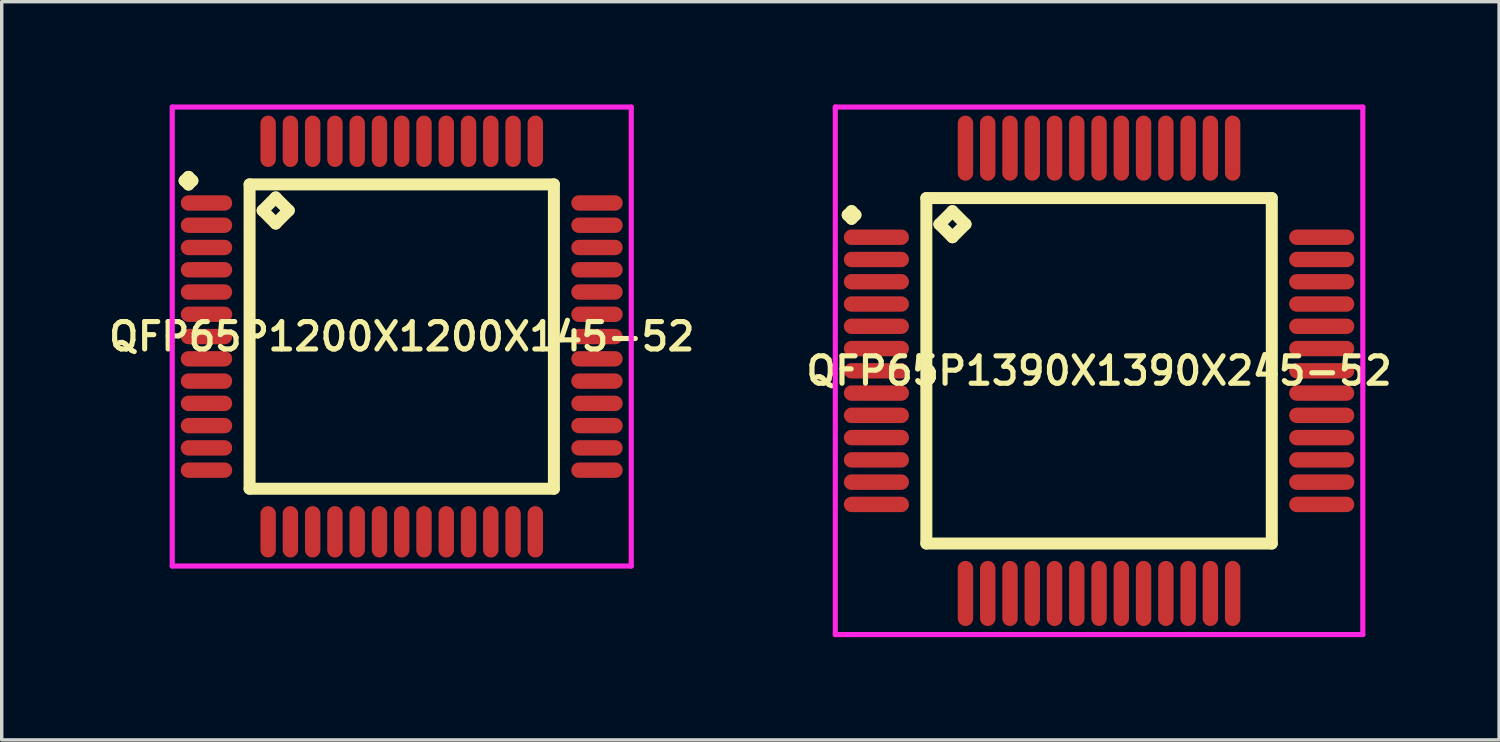
<source format=kicad_pcb>
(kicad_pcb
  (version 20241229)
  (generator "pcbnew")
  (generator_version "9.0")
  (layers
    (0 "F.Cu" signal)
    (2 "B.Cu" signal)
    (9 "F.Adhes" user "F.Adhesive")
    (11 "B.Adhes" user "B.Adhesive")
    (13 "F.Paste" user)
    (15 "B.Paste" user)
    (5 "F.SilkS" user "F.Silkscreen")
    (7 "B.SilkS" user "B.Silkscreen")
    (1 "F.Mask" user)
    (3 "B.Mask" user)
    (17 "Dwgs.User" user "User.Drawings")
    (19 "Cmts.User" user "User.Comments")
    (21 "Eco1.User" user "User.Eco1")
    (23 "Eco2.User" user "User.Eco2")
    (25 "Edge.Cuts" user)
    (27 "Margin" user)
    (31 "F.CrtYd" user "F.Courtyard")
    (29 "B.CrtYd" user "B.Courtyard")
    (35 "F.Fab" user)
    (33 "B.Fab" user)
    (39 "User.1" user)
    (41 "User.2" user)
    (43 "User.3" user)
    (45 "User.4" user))
  (footprint "QFP65P1200X1200X145-52"
    (layer "F.Cu")
    (at 8.678 6.775)
    (property "Reference" "QFP65P1200X1200X145-52" (at 0 0 0) (layer "F.SilkS") (effects (font (size 0.8 0.8) (thickness 0.15))))
    (attr smd)
    (fp_line (start -6.338 -4.55) (end -6.225 -4.662) (stroke (width 0.35) (type solid)) (layer "F.SilkS"))
    (fp_line (start -6.225 -4.662) (end -6.112 -4.55) (stroke (width 0.35) (type solid)) (layer "F.SilkS"))
    (fp_line (start -6.225 -4.438) (end -6.338 -4.55) (stroke (width 0.35) (type solid)) (layer "F.SilkS"))
    (fp_line (start -6.112 -4.55) (end -6.225 -4.438) (stroke (width 0.35) (type solid)) (layer "F.SilkS"))
    (fp_line (start -4.442 -4.442) (end -4.442 4.442) (stroke (width 0.35) (type solid)) (layer "F.SilkS"))
    (fp_line (start -4.442 4.442) (end 4.442 4.442) (stroke (width 0.35) (type solid)) (layer "F.SilkS"))
    (fp_line (start -4.061 -3.68) (end -3.68 -4.061) (stroke (width 0.35) (type solid)) (layer "F.SilkS"))
    (fp_line (start -3.68 -4.061) (end -3.299 -3.68) (stroke (width 0.35) (type solid)) (layer "F.SilkS"))
    (fp_line (start -3.68 -3.299) (end -4.061 -3.68) (stroke (width 0.35) (type solid)) (layer "F.SilkS"))
    (fp_line (start -3.299 -3.68) (end -3.68 -3.299) (stroke (width 0.35) (type solid)) (layer "F.SilkS"))
    (fp_line (start 4.442 -4.442) (end -4.442 -4.442) (stroke (width 0.35) (type solid)) (layer "F.SilkS"))
    (fp_line (start 4.442 4.442) (end 4.442 -4.442) (stroke (width 0.35) (type solid)) (layer "F.SilkS"))
    (fp_line (start -6.7 -6.7) (end 6.7 -6.7) (stroke (width 0.15) (type solid)) (layer "F.CrtYd"))
    (fp_line (start -6.7 6.7) (end -6.7 -6.7) (stroke (width 0.15) (type solid)) (layer "F.CrtYd"))
    (fp_line (start 6.7 -6.7) (end 6.7 6.7) (stroke (width 0.15) (type solid)) (layer "F.CrtYd"))
    (fp_line (start 6.7 6.7) (end -6.7 6.7) (stroke (width 0.15) (type solid)) (layer "F.CrtYd"))
    (pad "1" smd oval (at -5.7 -3.9) (size 1.5 0.45) (layers "F.Cu" "F.Mask" "F.Paste"))
    (pad "2" smd oval (at -5.7 -3.25) (size 1.5 0.45) (layers "F.Cu" "F.Mask" "F.Paste"))
    (pad "3" smd oval (at -5.7 -2.6) (size 1.5 0.45) (layers "F.Cu" "F.Mask" "F.Paste"))
    (pad "4" smd oval (at -5.7 -1.95) (size 1.5 0.45) (layers "F.Cu" "F.Mask" "F.Paste"))
    (pad "5" smd oval (at -5.7 -1.3) (size 1.5 0.45) (layers "F.Cu" "F.Mask" "F.Paste"))
    (pad "6" smd oval (at -5.7 -0.65) (size 1.5 0.45) (layers "F.Cu" "F.Mask" "F.Paste"))
    (pad "7" smd oval (at -5.7 0) (size 1.5 0.45) (layers "F.Cu" "F.Mask" "F.Paste"))
    (pad "8" smd oval (at -5.7 0.65) (size 1.5 0.45) (layers "F.Cu" "F.Mask" "F.Paste"))
    (pad "9" smd oval (at -5.7 1.3) (size 1.5 0.45) (layers "F.Cu" "F.Mask" "F.Paste"))
    (pad "10" smd oval (at -5.7 1.95) (size 1.5 0.45) (layers "F.Cu" "F.Mask" "F.Paste"))
    (pad "11" smd oval (at -5.7 2.6) (size 1.5 0.45) (layers "F.Cu" "F.Mask" "F.Paste"))
    (pad "12" smd oval (at -5.7 3.25) (size 1.5 0.45) (layers "F.Cu" "F.Mask" "F.Paste"))
    (pad "13" smd oval (at -5.7 3.9) (size 1.5 0.45) (layers "F.Cu" "F.Mask" "F.Paste"))
    (pad "14" smd oval (at -3.9 5.7) (size 0.45 1.5) (layers "F.Cu" "F.Mask" "F.Paste"))
    (pad "15" smd oval (at -3.25 5.7) (size 0.45 1.5) (layers "F.Cu" "F.Mask" "F.Paste"))
    (pad "16" smd oval (at -2.6 5.7) (size 0.45 1.5) (layers "F.Cu" "F.Mask" "F.Paste"))
    (pad "17" smd oval (at -1.95 5.7) (size 0.45 1.5) (layers "F.Cu" "F.Mask" "F.Paste"))
    (pad "18" smd oval (at -1.3 5.7) (size 0.45 1.5) (layers "F.Cu" "F.Mask" "F.Paste"))
    (pad "19" smd oval (at -0.65 5.7) (size 0.45 1.5) (layers "F.Cu" "F.Mask" "F.Paste"))
    (pad "20" smd oval (at 0 5.7) (size 0.45 1.5) (layers "F.Cu" "F.Mask" "F.Paste"))
    (pad "21" smd oval (at 0.65 5.7) (size 0.45 1.5) (layers "F.Cu" "F.Mask" "F.Paste"))
    (pad "22" smd oval (at 1.3 5.7) (size 0.45 1.5) (layers "F.Cu" "F.Mask" "F.Paste"))
    (pad "23" smd oval (at 1.95 5.7) (size 0.45 1.5) (layers "F.Cu" "F.Mask" "F.Paste"))
    (pad "24" smd oval (at 2.6 5.7) (size 0.45 1.5) (layers "F.Cu" "F.Mask" "F.Paste"))
    (pad "25" smd oval (at 3.25 5.7) (size 0.45 1.5) (layers "F.Cu" "F.Mask" "F.Paste"))
    (pad "26" smd oval (at 3.9 5.7) (size 0.45 1.5) (layers "F.Cu" "F.Mask" "F.Paste"))
    (pad "27" smd oval (at 5.7 3.9) (size 1.5 0.45) (layers "F.Cu" "F.Mask" "F.Paste"))
    (pad "28" smd oval (at 5.7 3.25) (size 1.5 0.45) (layers "F.Cu" "F.Mask" "F.Paste"))
    (pad "29" smd oval (at 5.7 2.6) (size 1.5 0.45) (layers "F.Cu" "F.Mask" "F.Paste"))
    (pad "30" smd oval (at 5.7 1.95) (size 1.5 0.45) (layers "F.Cu" "F.Mask" "F.Paste"))
    (pad "31" smd oval (at 5.7 1.3) (size 1.5 0.45) (layers "F.Cu" "F.Mask" "F.Paste"))
    (pad "32" smd oval (at 5.7 0.65) (size 1.5 0.45) (layers "F.Cu" "F.Mask" "F.Paste"))
    (pad "33" smd oval (at 5.7 0) (size 1.5 0.45) (layers "F.Cu" "F.Mask" "F.Paste"))
    (pad "34" smd oval (at 5.7 -0.65) (size 1.5 0.45) (layers "F.Cu" "F.Mask" "F.Paste"))
    (pad "35" smd oval (at 5.7 -1.3) (size 1.5 0.45) (layers "F.Cu" "F.Mask" "F.Paste"))
    (pad "36" smd oval (at 5.7 -1.95) (size 1.5 0.45) (layers "F.Cu" "F.Mask" "F.Paste"))
    (pad "37" smd oval (at 5.7 -2.6) (size 1.5 0.45) (layers "F.Cu" "F.Mask" "F.Paste"))
    (pad "38" smd oval (at 5.7 -3.25) (size 1.5 0.45) (layers "F.Cu" "F.Mask" "F.Paste"))
    (pad "39" smd oval (at 5.7 -3.9) (size 1.5 0.45) (layers "F.Cu" "F.Mask" "F.Paste"))
    (pad "40" smd oval (at 3.9 -5.7) (size 0.45 1.5) (layers "F.Cu" "F.Mask" "F.Paste"))
    (pad "41" smd oval (at 3.25 -5.7) (size 0.45 1.5) (layers "F.Cu" "F.Mask" "F.Paste"))
    (pad "42" smd oval (at 2.6 -5.7) (size 0.45 1.5) (layers "F.Cu" "F.Mask" "F.Paste"))
    (pad "43" smd oval (at 1.95 -5.7) (size 0.45 1.5) (layers "F.Cu" "F.Mask" "F.Paste"))
    (pad "44" smd oval (at 1.3 -5.7) (size 0.45 1.5) (layers "F.Cu" "F.Mask" "F.Paste"))
    (pad "45" smd oval (at 0.65 -5.7) (size 0.45 1.5) (layers "F.Cu" "F.Mask" "F.Paste"))
    (pad "46" smd oval (at 0 -5.7) (size 0.45 1.5) (layers "F.Cu" "F.Mask" "F.Paste"))
    (pad "47" smd oval (at -0.65 -5.7) (size 0.45 1.5) (layers "F.Cu" "F.Mask" "F.Paste"))
    (pad "48" smd oval (at -1.3 -5.7) (size 0.45 1.5) (layers "F.Cu" "F.Mask" "F.Paste"))
    (pad "49" smd oval (at -1.95 -5.7) (size 0.45 1.5) (layers "F.Cu" "F.Mask" "F.Paste"))
    (pad "50" smd oval (at -2.6 -5.7) (size 0.45 1.5) (layers "F.Cu" "F.Mask" "F.Paste"))
    (pad "51" smd oval (at -3.25 -5.7) (size 0.45 1.5) (layers "F.Cu" "F.Mask" "F.Paste"))
    (pad "52" smd oval (at -3.9 -5.7) (size 0.45 1.5) (layers "F.Cu" "F.Mask" "F.Paste")))
  (footprint "QFP65P1390X1390X245-52"
    (layer "F.Cu")
    (at 29.035 7.775)
    (property "Reference" "QFP65P1390X1390X245-52" (at 0 0 0) (layer "F.SilkS") (effects (font (size 0.8 0.8) (thickness 0.15))))
    (attr smd)
    (fp_line (start -7.338 -4.55) (end -7.225 -4.662) (stroke (width 0.35) (type solid)) (layer "F.SilkS"))
    (fp_line (start -7.225 -4.662) (end -7.112 -4.55) (stroke (width 0.35) (type solid)) (layer "F.SilkS"))
    (fp_line (start -7.225 -4.438) (end -7.338 -4.55) (stroke (width 0.35) (type solid)) (layer "F.SilkS"))
    (fp_line (start -7.112 -4.55) (end -7.225 -4.438) (stroke (width 0.35) (type solid)) (layer "F.SilkS"))
    (fp_line (start -5.042 -5.042) (end -5.042 5.042) (stroke (width 0.35) (type solid)) (layer "F.SilkS"))
    (fp_line (start -5.042 5.042) (end 5.042 5.042) (stroke (width 0.35) (type solid)) (layer "F.SilkS"))
    (fp_line (start -4.661 -4.28) (end -4.28 -4.661) (stroke (width 0.35) (type solid)) (layer "F.SilkS"))
    (fp_line (start -4.28 -4.661) (end -3.899 -4.28) (stroke (width 0.35) (type solid)) (layer "F.SilkS"))
    (fp_line (start -4.28 -3.899) (end -4.661 -4.28) (stroke (width 0.35) (type solid)) (layer "F.SilkS"))
    (fp_line (start -3.899 -4.28) (end -4.28 -3.899) (stroke (width 0.35) (type solid)) (layer "F.SilkS"))
    (fp_line (start 5.042 -5.042) (end -5.042 -5.042) (stroke (width 0.35) (type solid)) (layer "F.SilkS"))
    (fp_line (start 5.042 5.042) (end 5.042 -5.042) (stroke (width 0.35) (type solid)) (layer "F.SilkS"))
    (fp_line (start -7.7 -7.7) (end 7.7 -7.7) (stroke (width 0.15) (type solid)) (layer "F.CrtYd"))
    (fp_line (start -7.7 7.7) (end -7.7 -7.7) (stroke (width 0.15) (type solid)) (layer "F.CrtYd"))
    (fp_line (start 7.7 -7.7) (end 7.7 7.7) (stroke (width 0.15) (type solid)) (layer "F.CrtYd"))
    (fp_line (start 7.7 7.7) (end -7.7 7.7) (stroke (width 0.15) (type solid)) (layer "F.CrtYd"))
    (pad "1" smd oval (at -6.5 -3.9) (size 1.9 0.45) (layers "F.Cu" "F.Mask" "F.Paste"))
    (pad "2" smd oval (at -6.5 -3.25) (size 1.9 0.45) (layers "F.Cu" "F.Mask" "F.Paste"))
    (pad "3" smd oval (at -6.5 -2.6) (size 1.9 0.45) (layers "F.Cu" "F.Mask" "F.Paste"))
    (pad "4" smd oval (at -6.5 -1.95) (size 1.9 0.45) (layers "F.Cu" "F.Mask" "F.Paste"))
    (pad "5" smd oval (at -6.5 -1.3) (size 1.9 0.45) (layers "F.Cu" "F.Mask" "F.Paste"))
    (pad "6" smd oval (at -6.5 -0.65) (size 1.9 0.45) (layers "F.Cu" "F.Mask" "F.Paste"))
    (pad "7" smd oval (at -6.5 0) (size 1.9 0.45) (layers "F.Cu" "F.Mask" "F.Paste"))
    (pad "8" smd oval (at -6.5 0.65) (size 1.9 0.45) (layers "F.Cu" "F.Mask" "F.Paste"))
    (pad "9" smd oval (at -6.5 1.3) (size 1.9 0.45) (layers "F.Cu" "F.Mask" "F.Paste"))
    (pad "10" smd oval (at -6.5 1.95) (size 1.9 0.45) (layers "F.Cu" "F.Mask" "F.Paste"))
    (pad "11" smd oval (at -6.5 2.6) (size 1.9 0.45) (layers "F.Cu" "F.Mask" "F.Paste"))
    (pad "12" smd oval (at -6.5 3.25) (size 1.9 0.45) (layers "F.Cu" "F.Mask" "F.Paste"))
    (pad "13" smd oval (at -6.5 3.9) (size 1.9 0.45) (layers "F.Cu" "F.Mask" "F.Paste"))
    (pad "14" smd oval (at -3.9 6.5) (size 0.45 1.9) (layers "F.Cu" "F.Mask" "F.Paste"))
    (pad "15" smd oval (at -3.25 6.5) (size 0.45 1.9) (layers "F.Cu" "F.Mask" "F.Paste"))
    (pad "16" smd oval (at -2.6 6.5) (size 0.45 1.9) (layers "F.Cu" "F.Mask" "F.Paste"))
    (pad "17" smd oval (at -1.95 6.5) (size 0.45 1.9) (layers "F.Cu" "F.Mask" "F.Paste"))
    (pad "18" smd oval (at -1.3 6.5) (size 0.45 1.9) (layers "F.Cu" "F.Mask" "F.Paste"))
    (pad "19" smd oval (at -0.65 6.5) (size 0.45 1.9) (layers "F.Cu" "F.Mask" "F.Paste"))
    (pad "20" smd oval (at 0 6.5) (size 0.45 1.9) (layers "F.Cu" "F.Mask" "F.Paste"))
    (pad "21" smd oval (at 0.65 6.5) (size 0.45 1.9) (layers "F.Cu" "F.Mask" "F.Paste"))
    (pad "22" smd oval (at 1.3 6.5) (size 0.45 1.9) (layers "F.Cu" "F.Mask" "F.Paste"))
    (pad "23" smd oval (at 1.95 6.5) (size 0.45 1.9) (layers "F.Cu" "F.Mask" "F.Paste"))
    (pad "24" smd oval (at 2.6 6.5) (size 0.45 1.9) (layers "F.Cu" "F.Mask" "F.Paste"))
    (pad "25" smd oval (at 3.25 6.5) (size 0.45 1.9) (layers "F.Cu" "F.Mask" "F.Paste"))
    (pad "26" smd oval (at 3.9 6.5) (size 0.45 1.9) (layers "F.Cu" "F.Mask" "F.Paste"))
    (pad "27" smd oval (at 6.5 3.9) (size 1.9 0.45) (layers "F.Cu" "F.Mask" "F.Paste"))
    (pad "28" smd oval (at 6.5 3.25) (size 1.9 0.45) (layers "F.Cu" "F.Mask" "F.Paste"))
    (pad "29" smd oval (at 6.5 2.6) (size 1.9 0.45) (layers "F.Cu" "F.Mask" "F.Paste"))
    (pad "30" smd oval (at 6.5 1.95) (size 1.9 0.45) (layers "F.Cu" "F.Mask" "F.Paste"))
    (pad "31" smd oval (at 6.5 1.3) (size 1.9 0.45) (layers "F.Cu" "F.Mask" "F.Paste"))
    (pad "32" smd oval (at 6.5 0.65) (size 1.9 0.45) (layers "F.Cu" "F.Mask" "F.Paste"))
    (pad "33" smd oval (at 6.5 0) (size 1.9 0.45) (layers "F.Cu" "F.Mask" "F.Paste"))
    (pad "34" smd oval (at 6.5 -0.65) (size 1.9 0.45) (layers "F.Cu" "F.Mask" "F.Paste"))
    (pad "35" smd oval (at 6.5 -1.3) (size 1.9 0.45) (layers "F.Cu" "F.Mask" "F.Paste"))
    (pad "36" smd oval (at 6.5 -1.95) (size 1.9 0.45) (layers "F.Cu" "F.Mask" "F.Paste"))
    (pad "37" smd oval (at 6.5 -2.6) (size 1.9 0.45) (layers "F.Cu" "F.Mask" "F.Paste"))
    (pad "38" smd oval (at 6.5 -3.25) (size 1.9 0.45) (layers "F.Cu" "F.Mask" "F.Paste"))
    (pad "39" smd oval (at 6.5 -3.9) (size 1.9 0.45) (layers "F.Cu" "F.Mask" "F.Paste"))
    (pad "40" smd oval (at 3.9 -6.5) (size 0.45 1.9) (layers "F.Cu" "F.Mask" "F.Paste"))
    (pad "41" smd oval (at 3.25 -6.5) (size 0.45 1.9) (layers "F.Cu" "F.Mask" "F.Paste"))
    (pad "42" smd oval (at 2.6 -6.5) (size 0.45 1.9) (layers "F.Cu" "F.Mask" "F.Paste"))
    (pad "43" smd oval (at 1.95 -6.5) (size 0.45 1.9) (layers "F.Cu" "F.Mask" "F.Paste"))
    (pad "44" smd oval (at 1.3 -6.5) (size 0.45 1.9) (layers "F.Cu" "F.Mask" "F.Paste"))
    (pad "45" smd oval (at 0.65 -6.5) (size 0.45 1.9) (layers "F.Cu" "F.Mask" "F.Paste"))
    (pad "46" smd oval (at 0 -6.5) (size 0.45 1.9) (layers "F.Cu" "F.Mask" "F.Paste"))
    (pad "47" smd oval (at -0.65 -6.5) (size 0.45 1.9) (layers "F.Cu" "F.Mask" "F.Paste"))
    (pad "48" smd oval (at -1.3 -6.5) (size 0.45 1.9) (layers "F.Cu" "F.Mask" "F.Paste"))
    (pad "49" smd oval (at -1.95 -6.5) (size 0.45 1.9) (layers "F.Cu" "F.Mask" "F.Paste"))
    (pad "50" smd oval (at -2.6 -6.5) (size 0.45 1.9) (layers "F.Cu" "F.Mask" "F.Paste"))
    (pad "51" smd oval (at -3.25 -6.5) (size 0.45 1.9) (layers "F.Cu" "F.Mask" "F.Paste"))
    (pad "52" smd oval (at -3.9 -6.5) (size 0.45 1.9) (layers "F.Cu" "F.Mask" "F.Paste")))
  (gr_rect
    (start -3 -3)
    (end 40.713 18.55)
    (stroke (width 0.1) (type default))
    (fill no)
    (layer "Edge.Cuts")))
</source>
